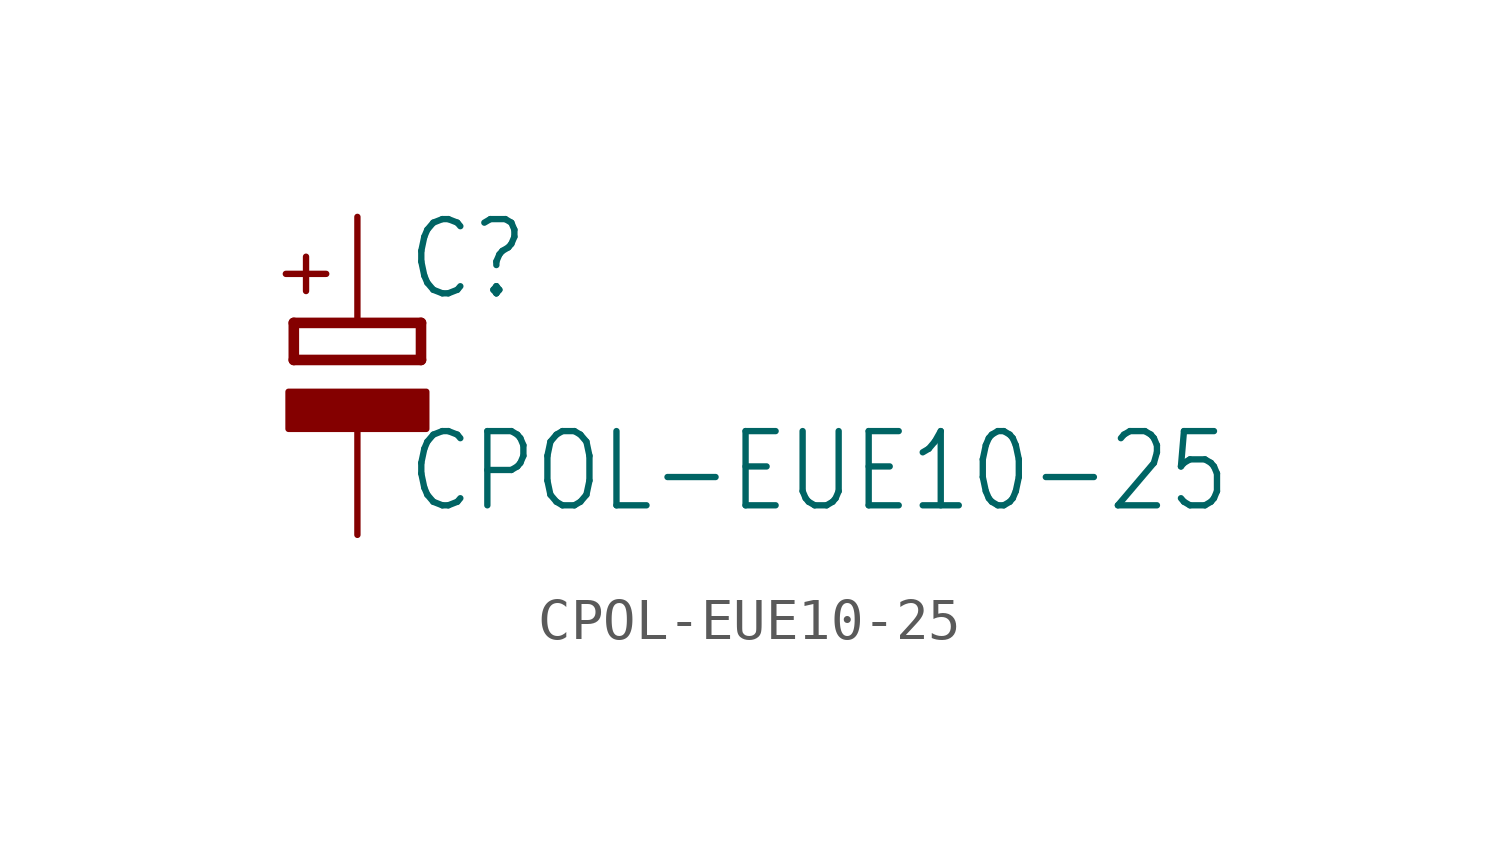
<source format=kicad_sym>
(kicad_symbol_lib
  (version 20211014)
  (generator kicad_symbol_editor)
  (symbol "CPOL-EUE10-25"
    (property "Reference" "C"
      (at 1.143 0.483 0)
      (effects (font (size 1.778 1.511)) (justify left bottom)))
    (property "Value" "CPOL-EUE10-25"
      (at 1.143 -4.597 0)
      (effects (font (size 1.778 1.511)) (justify left bottom)))
    (property "ki_locked" ""
      (at 0 0 0)
      (effects (font (size 1.27 1.27))))
    (symbol "CPOL-EUE10-25_1_0"
      (rectangle (start -1.651 -2.54) (end 1.651 -1.651) (stroke (width 0) (type default) (color 0 0 0 0)) (fill (type outline)))
      (polyline (pts (xy -1.524 -0.889) (xy 1.524 -0.889)) (stroke (width 0.254) (type default) (color 0 0 0 0)) (fill (type none)))
      (polyline (pts (xy -1.524 0) (xy -1.524 -0.889)) (stroke (width 0.254) (type default) (color 0 0 0 0)) (fill (type none)))
      (polyline (pts (xy -1.524 0) (xy 1.524 0)) (stroke (width 0.254) (type default) (color 0 0 0 0)) (fill (type none)))
      (polyline (pts (xy 1.524 -0.889) (xy 1.524 0)) (stroke (width 0.254) (type default) (color 0 0 0 0)) (fill (type none)))
      (text "+" (at -0.584 0.406 900) (effects (font (size 1.27 1.079)) (justify left bottom)))
      (pin passive line (at 0 2.54 270) (length 2.54) (name "+" (effects (font (size 0 0)))) (number "+" (effects (font (size 0 0)))))
      (pin passive line (at 0 -5.08 90) (length 2.54) (name "-" (effects (font (size 0 0)))) (number "-" (effects (font (size 0 0))))))))
</source>
